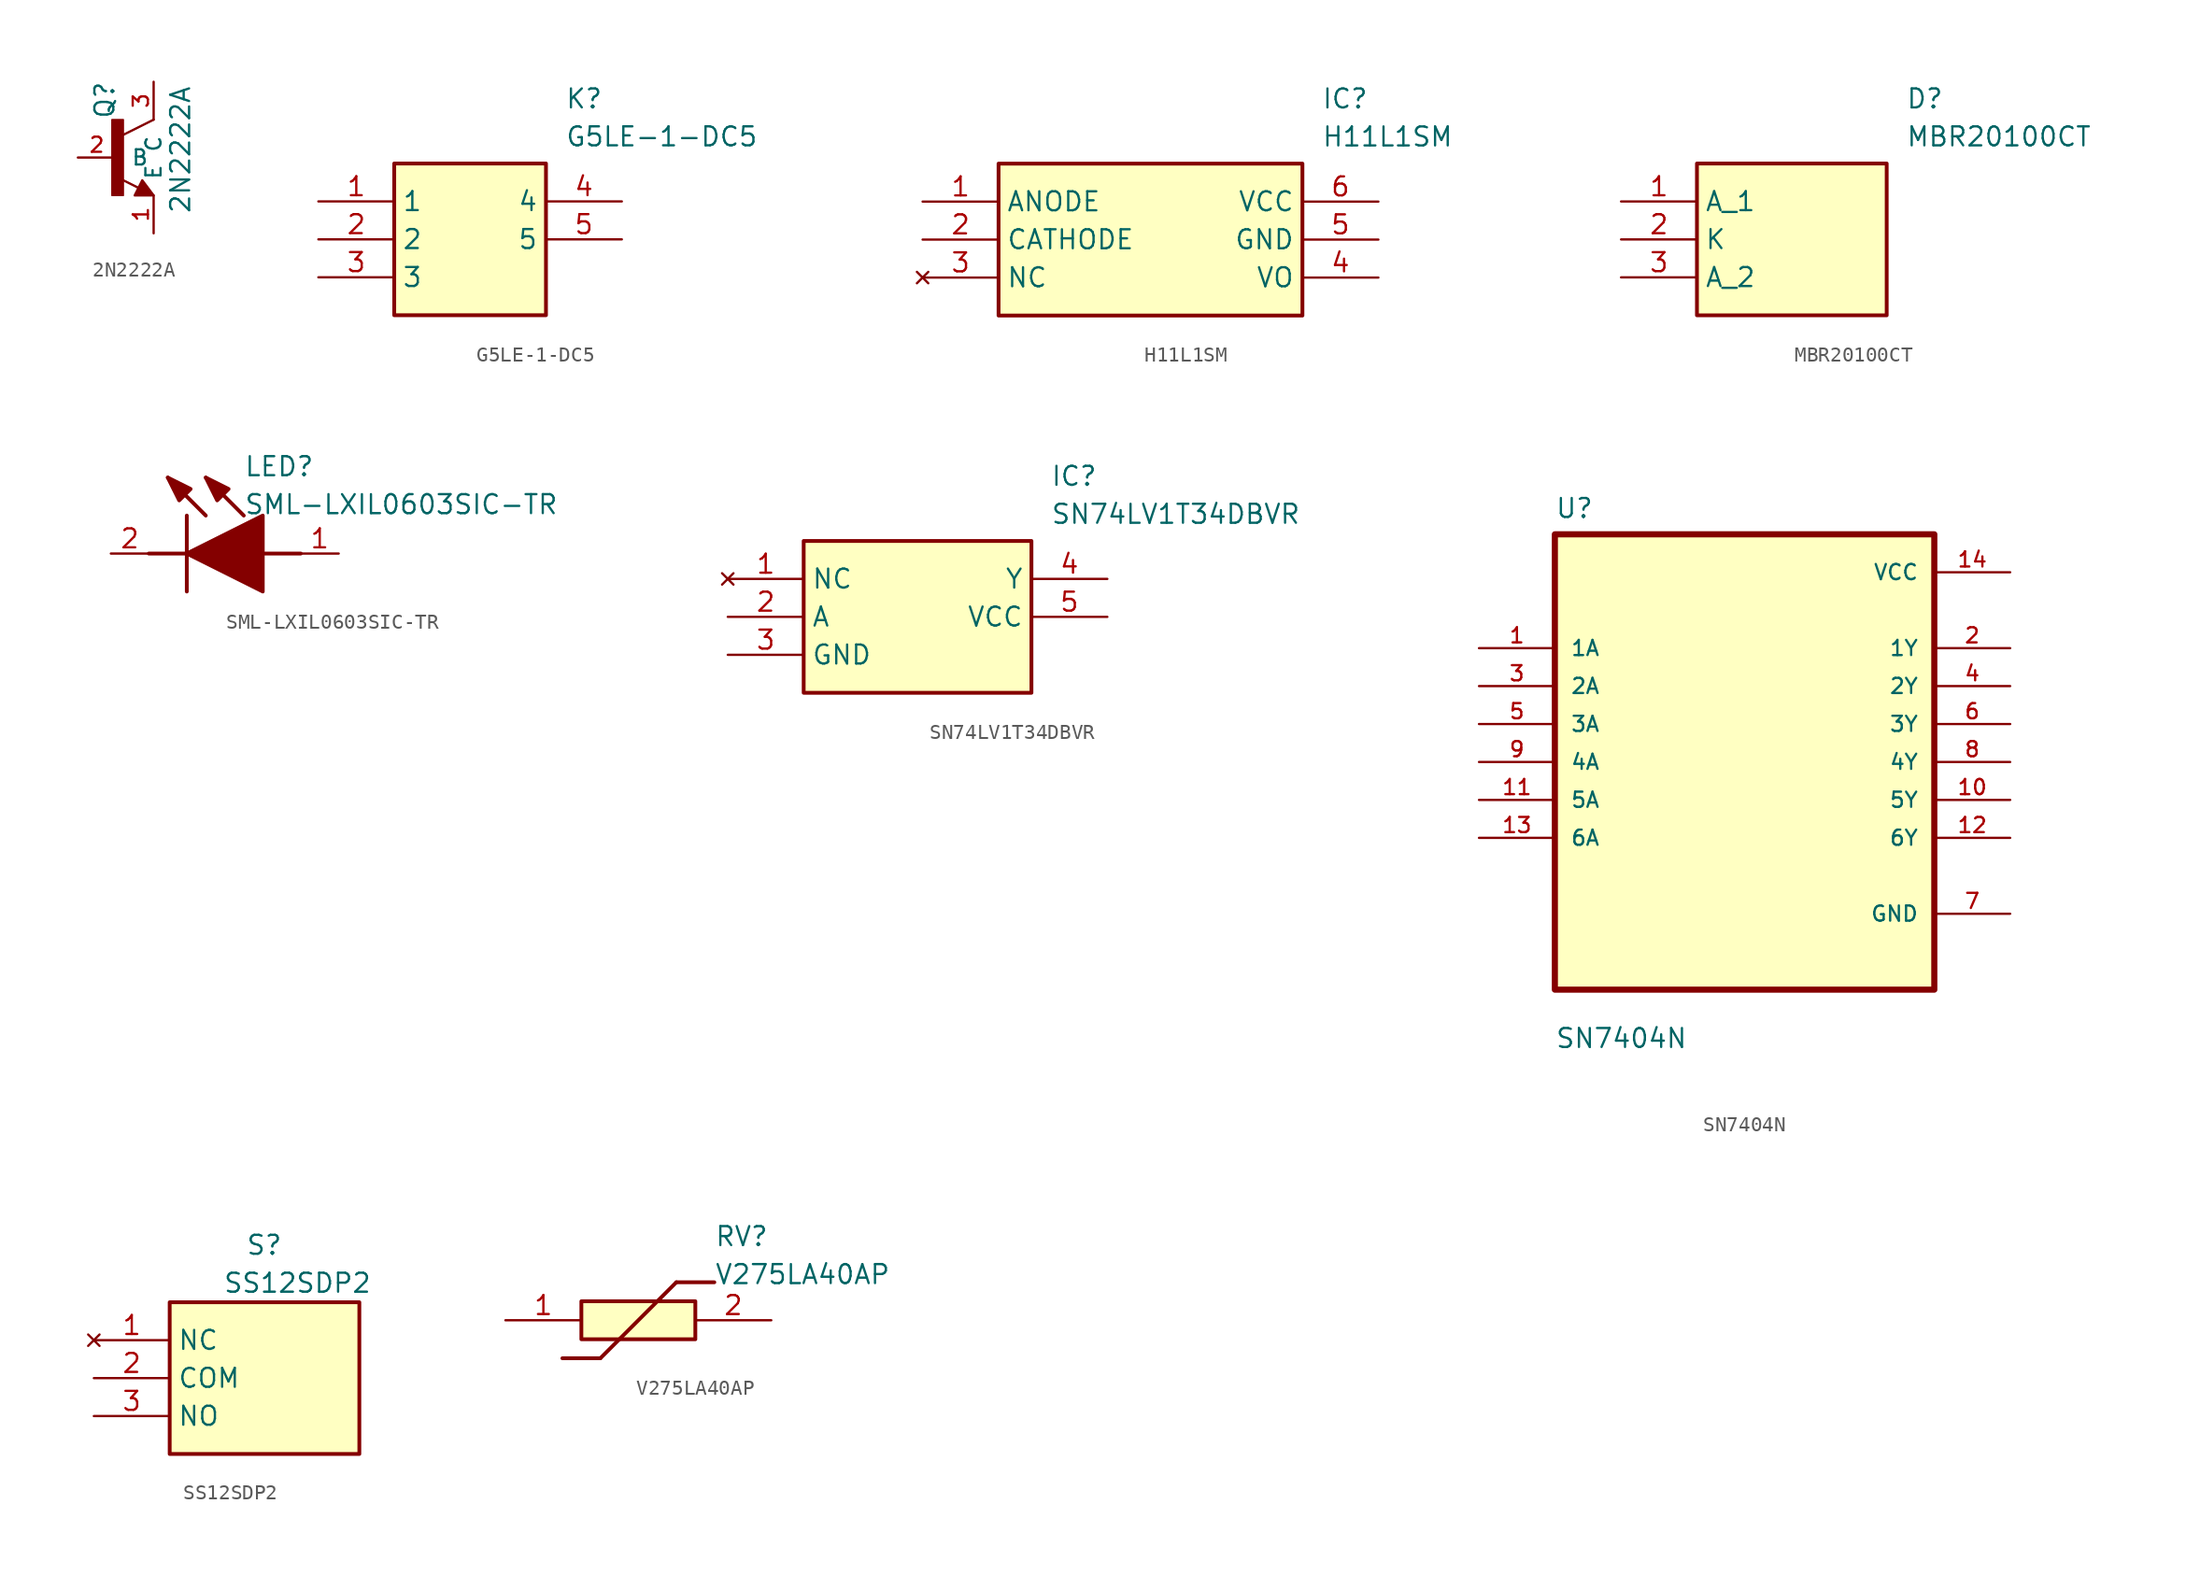
<source format=kicad_sym>
(kicad_symbol_lib
  (version 20231120)
  (generator "kicad_symbol_editor")
  (generator_version "8.0")
  (symbol "2N2222A"
    (pin_names
      (offset 1.016))
    (property "Reference" "Q"
      (at 0 2.54 90)
      (effects (font (size 1.27 1.27)) (justify left bottom)))
    (property "Value" "2N2222A"
      (at 5.08 -3.81 90)
      (effects (font (size 1.27 1.27)) (justify left bottom)))
    (symbol "2N2222A_0_0"
      (rectangle (start -0.254 -2.54) (end 0.508 2.54) (stroke (width 0.1) (type default)) (fill (type outline)))
      (polyline (pts (xy 1.54 -2.04) (xy 0.308 -1.424)) (stroke (width 0.152) (type default)) (fill (type none)))
      (polyline (pts (xy 2.54 2.54) (xy 0.508 1.524)) (stroke (width 0.152) (type default)) (fill (type none)))
      (polyline (pts (xy 1.27 -2.54) (xy 1.778 -1.524) (xy 2.54 -2.54) (xy 1.27 -2.54)) (stroke (width 0.152) (type default)) (fill (type outline))))
    (symbol "2N2222A_1_0"
      (pin passive line (at 2.54 -5.08 90) (length 2.54) (name "E" (effects (font (size 1.016 1.016)))) (number "1" (effects (font (size 1.016 1.016)))))
      (pin passive line (at -2.54 0 0) (length 2.54) (name "B" (effects (font (size 1.016 1.016)))) (number "2" (effects (font (size 1.016 1.016)))))
      (pin passive line (at 2.54 5.08 270) (length 2.54) (name "C" (effects (font (size 1.016 1.016)))) (number "3" (effects (font (size 1.016 1.016)))))))
  (symbol "G5LE-1-DC5"
    (property "Reference" "K"
      (at 16.51 7.62 0)
      (effects (font (size 1.27 1.27)) (justify left top)))
    (property "Value" "G5LE-1-DC5"
      (at 16.51 5.08 0)
      (effects (font (size 1.27 1.27)) (justify left top)))
    (symbol "G5LE-1-DC5_1_1"
      (rectangle (start 5.08 2.54) (end 15.24 -7.62) (stroke (width 0.254) (type default)) (fill (type background)))
      (pin passive line (at 0 0 0) (length 5.08) (name "1" (effects (font (size 1.27 1.27)))) (number "1" (effects (font (size 1.27 1.27)))))
      (pin passive line (at 0 -2.54 0) (length 5.08) (name "2" (effects (font (size 1.27 1.27)))) (number "2" (effects (font (size 1.27 1.27)))))
      (pin passive line (at 0 -5.08 0) (length 5.08) (name "3" (effects (font (size 1.27 1.27)))) (number "3" (effects (font (size 1.27 1.27)))))
      (pin passive line (at 20.32 0 180) (length 5.08) (name "4" (effects (font (size 1.27 1.27)))) (number "4" (effects (font (size 1.27 1.27)))))
      (pin passive line (at 20.32 -2.54 180) (length 5.08) (name "5" (effects (font (size 1.27 1.27)))) (number "5" (effects (font (size 1.27 1.27)))))))
  (symbol "H11L1SM"
    (property "Reference" "IC"
      (at 26.67 7.62 0)
      (effects (font (size 1.27 1.27)) (justify left top)))
    (property "Value" "H11L1SM"
      (at 26.67 5.08 0)
      (effects (font (size 1.27 1.27)) (justify left top)))
    (symbol "H11L1SM_1_1"
      (rectangle (start 5.08 2.54) (end 25.4 -7.62) (stroke (width 0.254) (type default)) (fill (type background)))
      (pin passive line (at 0 0 0) (length 5.08) (name "ANODE" (effects (font (size 1.27 1.27)))) (number "1" (effects (font (size 1.27 1.27)))))
      (pin passive line (at 0 -2.54 0) (length 5.08) (name "CATHODE" (effects (font (size 1.27 1.27)))) (number "2" (effects (font (size 1.27 1.27)))))
      (pin no_connect line (at 0 -5.08 0) (length 5.08) (name "NC" (effects (font (size 1.27 1.27)))) (number "3" (effects (font (size 1.27 1.27)))))
      (pin passive line (at 30.48 -5.08 180) (length 5.08) (name "VO" (effects (font (size 1.27 1.27)))) (number "4" (effects (font (size 1.27 1.27)))))
      (pin passive line (at 30.48 -2.54 180) (length 5.08) (name "GND" (effects (font (size 1.27 1.27)))) (number "5" (effects (font (size 1.27 1.27)))))
      (pin passive line (at 30.48 0 180) (length 5.08) (name "VCC" (effects (font (size 1.27 1.27)))) (number "6" (effects (font (size 1.27 1.27)))))))
  (symbol "MBR20100CT"
    (property "Reference" "D"
      (at 19.05 7.62 0)
      (effects (font (size 1.27 1.27)) (justify left top)))
    (property "Value" "MBR20100CT"
      (at 19.05 5.08 0)
      (effects (font (size 1.27 1.27)) (justify left top)))
    (symbol "MBR20100CT_1_1"
      (rectangle (start 5.08 2.54) (end 17.78 -7.62) (stroke (width 0.254) (type default)) (fill (type background)))
      (pin passive line (at 0 0 0) (length 5.08) (name "A_1" (effects (font (size 1.27 1.27)))) (number "1" (effects (font (size 1.27 1.27)))))
      (pin passive line (at 0 -2.54 0) (length 5.08) (name "K" (effects (font (size 1.27 1.27)))) (number "2" (effects (font (size 1.27 1.27)))))
      (pin passive line (at 0 -5.08 0) (length 5.08) (name "A_2" (effects (font (size 1.27 1.27)))) (number "3" (effects (font (size 1.27 1.27)))))))
  (symbol "SML-LXIL0603SIC-TR"
    (pin_names hide)
    (property "Reference" "LED"
      (at 8.89 5.08 0)
      (effects (font (size 1.27 1.27)) (justify left bottom)))
    (property "Value" "SML-LXIL0603SIC-TR"
      (at 8.89 2.54 0)
      (effects (font (size 1.27 1.27)) (justify left bottom)))
    (symbol "SML-LXIL0603SIC-TR_1_1"
      (polyline (pts (xy 2.54 0) (xy 5.08 0)) (stroke (width 0.254) (type default)) (fill (type none)))
      (polyline (pts (xy 5.08 2.54) (xy 5.08 -2.54)) (stroke (width 0.254) (type default)) (fill (type none)))
      (polyline (pts (xy 6.35 2.54) (xy 3.81 5.08)) (stroke (width 0.254) (type default)) (fill (type none)))
      (polyline (pts (xy 8.89 2.54) (xy 6.35 5.08)) (stroke (width 0.254) (type default)) (fill (type none)))
      (polyline (pts (xy 10.16 0) (xy 12.7 0)) (stroke (width 0.254) (type default)) (fill (type none)))
      (polyline (pts (xy 5.08 0) (xy 10.16 2.54) (xy 10.16 -2.54) (xy 5.08 0)) (stroke (width 0.254) (type default)) (fill (type outline)))
      (polyline (pts (xy 5.334 4.318) (xy 4.572 3.556) (xy 3.81 5.08) (xy 5.334 4.318)) (stroke (width 0.254) (type default)) (fill (type outline)))
      (polyline (pts (xy 7.874 4.318) (xy 7.112 3.556) (xy 6.35 5.08) (xy 7.874 4.318)) (stroke (width 0.254) (type default)) (fill (type outline)))
      (pin passive line (at 15.24 0 180) (length 2.54) (name "A" (effects (font (size 1.27 1.27)))) (number "1" (effects (font (size 1.27 1.27)))))
      (pin passive line (at 0 0 0) (length 2.54) (name "K" (effects (font (size 1.27 1.27)))) (number "2" (effects (font (size 1.27 1.27)))))))
  (symbol "SN74LV1T34DBVR"
    (property "Reference" "IC"
      (at 21.59 7.62 0)
      (effects (font (size 1.27 1.27)) (justify left top)))
    (property "Value" "SN74LV1T34DBVR"
      (at 21.59 5.08 0)
      (effects (font (size 1.27 1.27)) (justify left top)))
    (symbol "SN74LV1T34DBVR_1_1"
      (rectangle (start 5.08 2.54) (end 20.32 -7.62) (stroke (width 0.254) (type default)) (fill (type background)))
      (pin no_connect line (at 0 0 0) (length 5.08) (name "NC" (effects (font (size 1.27 1.27)))) (number "1" (effects (font (size 1.27 1.27)))))
      (pin passive line (at 0 -2.54 0) (length 5.08) (name "A" (effects (font (size 1.27 1.27)))) (number "2" (effects (font (size 1.27 1.27)))))
      (pin passive line (at 0 -5.08 0) (length 5.08) (name "GND" (effects (font (size 1.27 1.27)))) (number "3" (effects (font (size 1.27 1.27)))))
      (pin passive line (at 25.4 0 180) (length 5.08) (name "Y" (effects (font (size 1.27 1.27)))) (number "4" (effects (font (size 1.27 1.27)))))
      (pin passive line (at 25.4 -2.54 180) (length 5.08) (name "VCC" (effects (font (size 1.27 1.27)))) (number "5" (effects (font (size 1.27 1.27)))))))
  (symbol "SN7404N"
    (pin_names
      (offset 1.016))
    (property "Reference" "U"
      (at -12.7 16.24 0)
      (effects (font (size 1.27 1.27)) (justify left bottom)))
    (property "Value" "SN7404N"
      (at -12.7 -19.24 0)
      (effects (font (size 1.27 1.27)) (justify left bottom)))
    (symbol "SN7404N_0_0"
      (rectangle (start -12.7 -15.24) (end 12.7 15.24) (stroke (width 0.41) (type default)) (fill (type background)))
      (pin input line (at -17.78 7.62 0) (length 5.08) (name "1A" (effects (font (size 1.016 1.016)))) (number "1" (effects (font (size 1.016 1.016)))))
      (pin output line (at 17.78 -2.54 180) (length 5.08) (name "5Y" (effects (font (size 1.016 1.016)))) (number "10" (effects (font (size 1.016 1.016)))))
      (pin input line (at -17.78 -2.54 0) (length 5.08) (name "5A" (effects (font (size 1.016 1.016)))) (number "11" (effects (font (size 1.016 1.016)))))
      (pin output line (at 17.78 -5.08 180) (length 5.08) (name "6Y" (effects (font (size 1.016 1.016)))) (number "12" (effects (font (size 1.016 1.016)))))
      (pin input line (at -17.78 -5.08 0) (length 5.08) (name "6A" (effects (font (size 1.016 1.016)))) (number "13" (effects (font (size 1.016 1.016)))))
      (pin power_in line (at 17.78 12.7 180) (length 5.08) (name "VCC" (effects (font (size 1.016 1.016)))) (number "14" (effects (font (size 1.016 1.016)))))
      (pin output line (at 17.78 7.62 180) (length 5.08) (name "1Y" (effects (font (size 1.016 1.016)))) (number "2" (effects (font (size 1.016 1.016)))))
      (pin input line (at -17.78 5.08 0) (length 5.08) (name "2A" (effects (font (size 1.016 1.016)))) (number "3" (effects (font (size 1.016 1.016)))))
      (pin output line (at 17.78 5.08 180) (length 5.08) (name "2Y" (effects (font (size 1.016 1.016)))) (number "4" (effects (font (size 1.016 1.016)))))
      (pin input line (at -17.78 2.54 0) (length 5.08) (name "3A" (effects (font (size 1.016 1.016)))) (number "5" (effects (font (size 1.016 1.016)))))
      (pin output line (at 17.78 2.54 180) (length 5.08) (name "3Y" (effects (font (size 1.016 1.016)))) (number "6" (effects (font (size 1.016 1.016)))))
      (pin power_in line (at 17.78 -10.16 180) (length 5.08) (name "GND" (effects (font (size 1.016 1.016)))) (number "7" (effects (font (size 1.016 1.016)))))
      (pin output line (at 17.78 0 180) (length 5.08) (name "4Y" (effects (font (size 1.016 1.016)))) (number "8" (effects (font (size 1.016 1.016)))))
      (pin input line (at -17.78 0 0) (length 5.08) (name "4A" (effects (font (size 1.016 1.016)))) (number "9" (effects (font (size 1.016 1.016)))))))
  (symbol "SS12SDP2"
    (property "Reference" "S"
      (at 10.16 7.112 0)
      (effects (font (size 1.27 1.27)) (justify left top)))
    (property "Value" "SS12SDP2"
      (at 8.636 4.572 0)
      (effects (font (size 1.27 1.27)) (justify left top)))
    (symbol "SS12SDP2_1_1"
      (rectangle (start 5.08 2.54) (end 17.78 -7.62) (stroke (width 0.254) (type default)) (fill (type background)))
      (pin no_connect line (at 0 0 0) (length 5.08) (name "NC" (effects (font (size 1.27 1.27)))) (number "1" (effects (font (size 1.27 1.27)))))
      (pin passive line (at 0 -2.54 0) (length 5.08) (name "COM" (effects (font (size 1.27 1.27)))) (number "2" (effects (font (size 1.27 1.27)))))
      (pin passive line (at 0 -5.08 0) (length 5.08) (name "NO" (effects (font (size 1.27 1.27)))) (number "3" (effects (font (size 1.27 1.27)))))))
  (symbol "V275LA40AP"
    (pin_names hide)
    (property "Reference" "RV"
      (at 13.97 6.35 0)
      (effects (font (size 1.27 1.27)) (justify left top)))
    (property "Value" "V275LA40AP"
      (at 13.97 3.81 0)
      (effects (font (size 1.27 1.27)) (justify left top)))
    (symbol "V275LA40AP_1_1"
      (polyline (pts (xy 3.81 -2.54) (xy 6.35 -2.54)) (stroke (width 0.254) (type default)) (fill (type none)))
      (polyline (pts (xy 11.43 2.54) (xy 6.35 -2.54)) (stroke (width 0.254) (type default)) (fill (type none)))
      (polyline (pts (xy 11.43 2.54) (xy 13.97 2.54)) (stroke (width 0.254) (type default)) (fill (type none)))
      (rectangle (start 5.08 1.27) (end 12.7 -1.27) (stroke (width 0.254) (type default)) (fill (type background)))
      (pin passive line (at 0 0 0) (length 5.08) (name "1" (effects (font (size 1.27 1.27)))) (number "1" (effects (font (size 1.27 1.27)))))
      (pin passive line (at 17.78 0 180) (length 5.08) (name "2" (effects (font (size 1.27 1.27)))) (number "2" (effects (font (size 1.27 1.27))))))))
</source>
